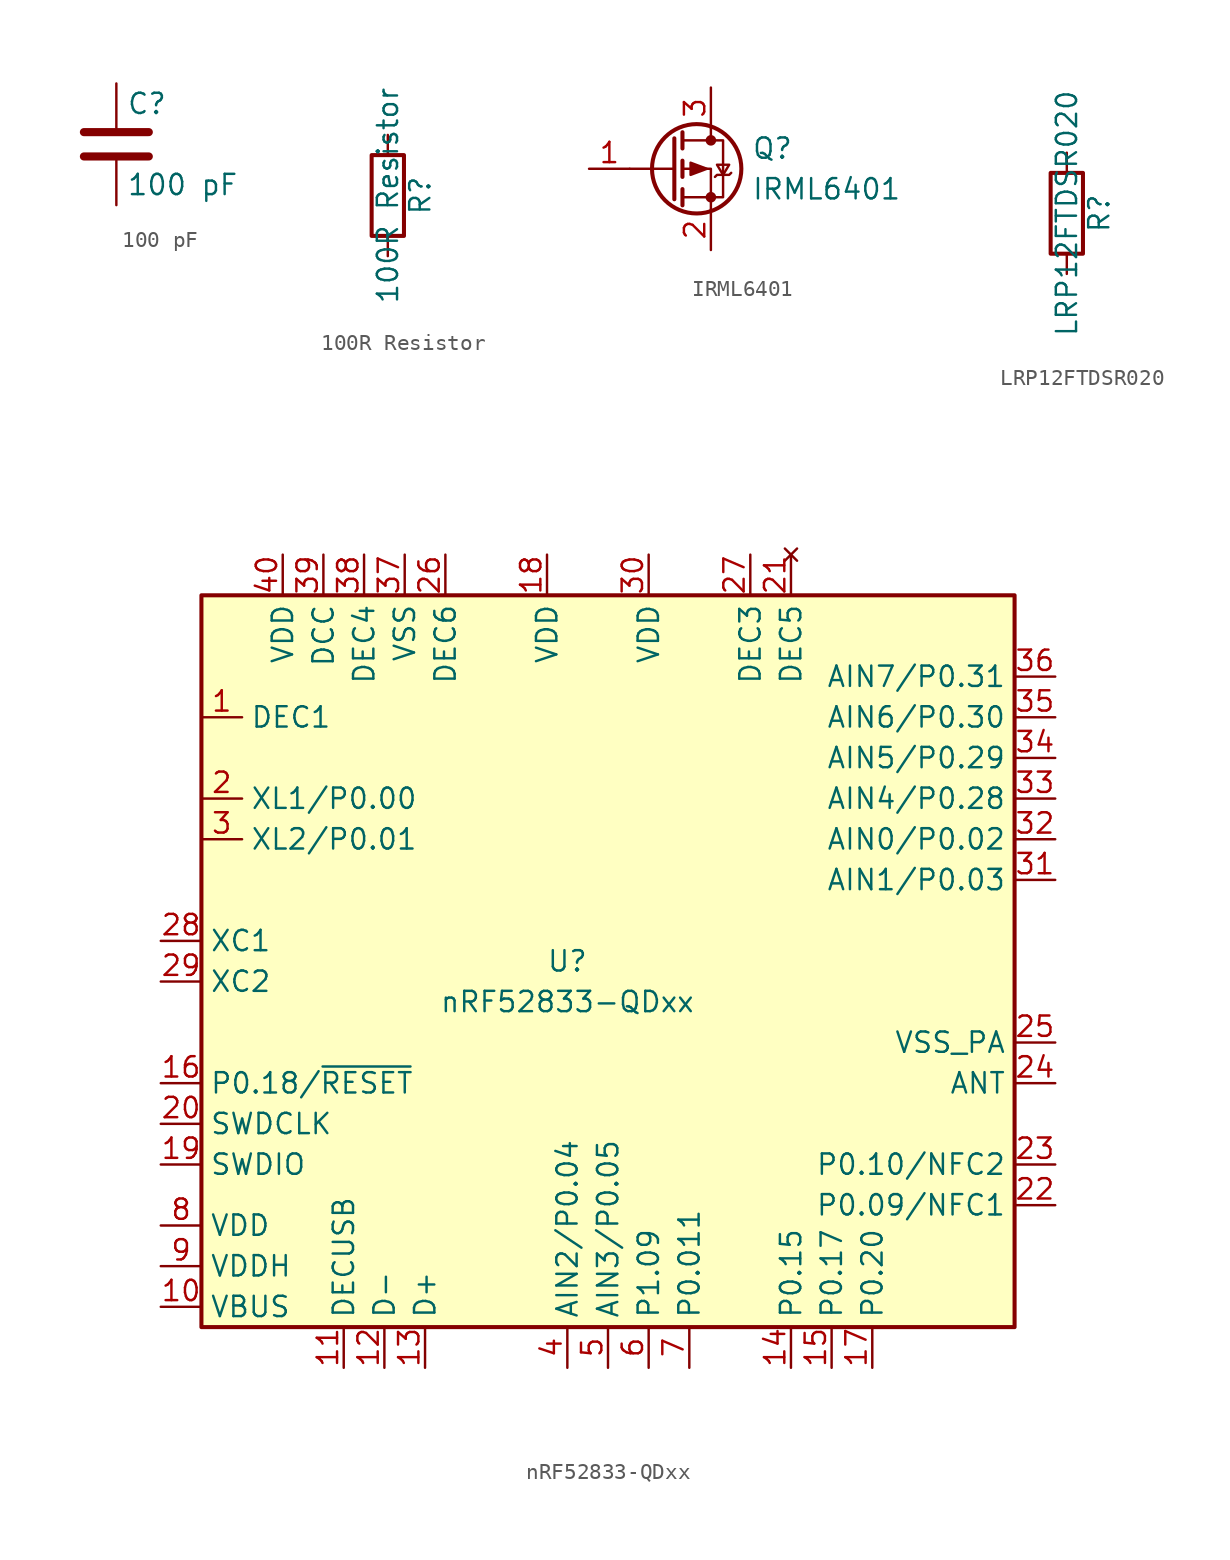
<source format=kicad_sym>
(kicad_symbol_lib
  (version 20231120)
  (generator "kicad_symbol_editor")
  (generator_version "8.0")
  (symbol "100 pF"
    (pin_numbers hide)
    (pin_names
      (offset 0.254))
    (property "Reference" "C"
      (at 0.635 2.54 0)
      (effects (font (size 1.27 1.27)) (justify left)))
    (property "Value" "100 pF"
      (at 0.635 -2.54 0)
      (effects (font (size 1.27 1.27)) (justify left)))
    (symbol "100 pF_0_1"
      (polyline (pts (xy -2.032 -0.762) (xy 2.032 -0.762)) (stroke (width 0.508) (type default)) (fill (type none)))
      (polyline (pts (xy -2.032 0.762) (xy 2.032 0.762)) (stroke (width 0.508) (type default)) (fill (type none))))
    (symbol "100 pF_1_1"
      (pin passive line (at 0 3.81 270) (length 2.794) (name "~" (effects (font (size 1.27 1.27)))) (number "1" (effects (font (size 1.27 1.27)))))
      (pin passive line (at 0 -3.81 90) (length 2.794) (name "~" (effects (font (size 1.27 1.27)))) (number "2" (effects (font (size 1.27 1.27)))))))
  (symbol "100R Resistor"
    (pin_numbers hide)
    (pin_names
      (offset 0))
    (property "Reference" "R"
      (at 2.032 0 90)
      (effects (font (size 1.27 1.27))))
    (property "Value" "100R Resistor"
      (at 0 0 90)
      (effects (font (size 1.27 1.27))))
    (symbol "100R Resistor_0_1"
      (rectangle (start -1.016 -2.54) (end 1.016 2.54) (stroke (width 0.254) (type default)) (fill (type none))))
    (symbol "100R Resistor_1_1"
      (pin passive line (at 0 3.81 270) (length 1.27) (name "~" (effects (font (size 1.27 1.27)))) (number "1" (effects (font (size 1.27 1.27)))))
      (pin passive line (at 0 -3.81 90) (length 1.27) (name "~" (effects (font (size 1.27 1.27)))) (number "2" (effects (font (size 1.27 1.27)))))))
  (symbol "IRML6401"
    (pin_names
      (offset 0) hide)
    (property "Reference" "Q"
      (at 5.08 1.27 0)
      (effects (font (size 1.27 1.27)) (justify left)))
    (property "Value" "IRML6401"
      (at 5.08 -1.27 0)
      (effects (font (size 1.27 1.27)) (justify left)))
    (symbol "IRML6401_0_1"
      (polyline (pts (xy 0.254 0) (xy -2.54 0)) (stroke (width 0) (type default)) (fill (type none)))
      (polyline (pts (xy 0.254 1.905) (xy 0.254 -1.905)) (stroke (width 0.254) (type default)) (fill (type none)))
      (polyline (pts (xy 0.762 -1.27) (xy 0.762 -2.286)) (stroke (width 0.254) (type default)) (fill (type none)))
      (polyline (pts (xy 0.762 0.508) (xy 0.762 -0.508)) (stroke (width 0.254) (type default)) (fill (type none)))
      (polyline (pts (xy 0.762 2.286) (xy 0.762 1.27)) (stroke (width 0.254) (type default)) (fill (type none)))
      (polyline (pts (xy 2.54 2.54) (xy 2.54 1.778)) (stroke (width 0) (type default)) (fill (type none)))
      (polyline (pts (xy 2.54 -2.54) (xy 2.54 0) (xy 0.762 0)) (stroke (width 0) (type default)) (fill (type none)))
      (polyline (pts (xy 0.762 1.778) (xy 3.302 1.778) (xy 3.302 -1.778) (xy 0.762 -1.778)) (stroke (width 0) (type default)) (fill (type none)))
      (polyline (pts (xy 2.286 0) (xy 1.27 0.381) (xy 1.27 -0.381) (xy 2.286 0)) (stroke (width 0) (type default)) (fill (type outline)))
      (polyline (pts (xy 2.794 -0.508) (xy 2.921 -0.381) (xy 3.683 -0.381) (xy 3.81 -0.254)) (stroke (width 0) (type default)) (fill (type none)))
      (polyline (pts (xy 3.302 -0.381) (xy 2.921 0.254) (xy 3.683 0.254) (xy 3.302 -0.381)) (stroke (width 0) (type default)) (fill (type none)))
      (circle (center 1.651 0) (radius 2.794) (stroke (width 0.254) (type default)) (fill (type none)))
      (circle (center 2.54 -1.778) (radius 0.254) (stroke (width 0) (type default)) (fill (type outline)))
      (circle (center 2.54 1.778) (radius 0.254) (stroke (width 0) (type default)) (fill (type outline))))
    (symbol "IRML6401_1_1"
      (pin input line (at -5.08 0 0) (length 2.54) (name "G" (effects (font (size 1.27 1.27)))) (number "1" (effects (font (size 1.27 1.27)))))
      (pin passive line (at 2.54 -5.08 90) (length 2.54) (name "S" (effects (font (size 1.27 1.27)))) (number "2" (effects (font (size 1.27 1.27)))))
      (pin passive line (at 2.54 5.08 270) (length 2.54) (name "D" (effects (font (size 1.27 1.27)))) (number "3" (effects (font (size 1.27 1.27)))))))
  (symbol "LRP12FTDSR020"
    (pin_numbers hide)
    (pin_names
      (offset 0))
    (property "Reference" "R"
      (at 2.032 0 90)
      (effects (font (size 1.27 1.27))))
    (property "Value" "LRP12FTDSR020"
      (at 0 0 90)
      (effects (font (size 1.27 1.27))))
    (symbol "LRP12FTDSR020_0_1"
      (rectangle (start -1.016 -2.54) (end 1.016 2.54) (stroke (width 0.254) (type default)) (fill (type none))))
    (symbol "LRP12FTDSR020_1_1"
      (pin passive line (at 0 3.81 270) (length 1.27) (name "~" (effects (font (size 1.27 1.27)))) (number "1" (effects (font (size 1.27 1.27)))))
      (pin passive line (at 0 -3.81 90) (length 1.27) (name "~" (effects (font (size 1.27 1.27)))) (number "2" (effects (font (size 1.27 1.27)))))))
  (symbol "nRF52833-QDxx"
    (property "Reference" "U"
      (at -2.54 0 0)
      (effects (font (size 1.27 1.27))))
    (property "Value" "nRF52833-QDxx"
      (at -2.54 -2.54 0)
      (effects (font (size 1.27 1.27))))
    (symbol "nRF52833-QDxx_0_1"
      (rectangle (start -25.4 22.86) (end 25.4 -22.86) (stroke (width 0.254) (type default)) (fill (type background))))
    (symbol "nRF52833-QDxx_1_1"
      (pin passive line (at -25.4 15.24 0) (length 2.54) (name "DEC1" (effects (font (size 1.27 1.27)))) (number "1" (effects (font (size 1.27 1.27)))))
      (pin power_in line (at -27.94 -21.59 0) (length 2.54) (name "VBUS" (effects (font (size 1.27 1.27)))) (number "10" (effects (font (size 1.27 1.27)))))
      (pin passive line (at -16.51 -25.4 90) (length 2.54) (name "DECUSB" (effects (font (size 1.27 1.27)))) (number "11" (effects (font (size 1.27 1.27)))))
      (pin bidirectional line (at -13.97 -25.4 90) (length 2.54) (name "D-" (effects (font (size 1.27 1.27)))) (number "12" (effects (font (size 1.27 1.27)))))
      (pin bidirectional line (at -11.43 -25.4 90) (length 2.54) (name "D+" (effects (font (size 1.27 1.27)))) (number "13" (effects (font (size 1.27 1.27)))))
      (pin bidirectional line (at 11.43 -25.4 90) (length 2.54) (name "P0.15" (effects (font (size 1.27 1.27)))) (number "14" (effects (font (size 1.27 1.27)))))
      (pin bidirectional line (at 13.97 -25.4 90) (length 2.54) (name "P0.17" (effects (font (size 1.27 1.27)))) (number "15" (effects (font (size 1.27 1.27)))))
      (pin bidirectional line (at -27.94 -7.62 0) (length 2.54) (name "P0.18/~{RESET}" (effects (font (size 1.27 1.27)))) (number "16" (effects (font (size 1.27 1.27)))))
      (pin bidirectional line (at 16.51 -25.4 90) (length 2.54) (name "P0.20" (effects (font (size 1.27 1.27)))) (number "17" (effects (font (size 1.27 1.27)))))
      (pin power_in line (at -3.81 25.4 270) (length 2.54) (name "VDD" (effects (font (size 1.27 1.27)))) (number "18" (effects (font (size 1.27 1.27)))))
      (pin bidirectional line (at -27.94 -12.7 0) (length 2.54) (name "SWDIO" (effects (font (size 1.27 1.27)))) (number "19" (effects (font (size 1.27 1.27)))))
      (pin input line (at -25.4 10.16 0) (length 2.54) (name "XL1/P0.00" (effects (font (size 1.27 1.27)))) (number "2" (effects (font (size 1.27 1.27)))))
      (pin input line (at -27.94 -10.16 0) (length 2.54) (name "SWDCLK" (effects (font (size 1.27 1.27)))) (number "20" (effects (font (size 1.27 1.27)))))
      (pin no_connect line (at 11.43 25.4 270) (length 2.54) (name "DEC5" (effects (font (size 1.27 1.27)))) (number "21" (effects (font (size 1.27 1.27)))))
      (pin bidirectional line (at 27.94 -15.24 180) (length 2.54) (name "P0.09/NFC1" (effects (font (size 1.27 1.27)))) (number "22" (effects (font (size 1.27 1.27)))))
      (pin bidirectional line (at 27.94 -12.7 180) (length 2.54) (name "P0.10/NFC2" (effects (font (size 1.27 1.27)))) (number "23" (effects (font (size 1.27 1.27)))))
      (pin passive line (at 27.94 -7.62 180) (length 2.54) (name "ANT" (effects (font (size 1.27 1.27)))) (number "24" (effects (font (size 1.27 1.27)))))
      (pin power_in line (at 27.94 -5.08 180) (length 2.54) (name "VSS_PA" (effects (font (size 1.27 1.27)))) (number "25" (effects (font (size 1.27 1.27)))))
      (pin passive line (at -10.16 25.4 270) (length 2.54) (name "DEC6" (effects (font (size 1.27 1.27)))) (number "26" (effects (font (size 1.27 1.27)))))
      (pin passive line (at 8.89 25.4 270) (length 2.54) (name "DEC3" (effects (font (size 1.27 1.27)))) (number "27" (effects (font (size 1.27 1.27)))))
      (pin input line (at -27.94 1.27 0) (length 2.54) (name "XC1" (effects (font (size 1.27 1.27)))) (number "28" (effects (font (size 1.27 1.27)))))
      (pin input line (at -27.94 -1.27 0) (length 2.54) (name "XC2" (effects (font (size 1.27 1.27)))) (number "29" (effects (font (size 1.27 1.27)))))
      (pin input line (at -25.4 7.62 0) (length 2.54) (name "XL2/P0.01" (effects (font (size 1.27 1.27)))) (number "3" (effects (font (size 1.27 1.27)))))
      (pin power_in line (at 2.54 25.4 270) (length 2.54) (name "VDD" (effects (font (size 1.27 1.27)))) (number "30" (effects (font (size 1.27 1.27)))))
      (pin bidirectional line (at 27.94 5.08 180) (length 2.54) (name "AIN1/P0.03" (effects (font (size 1.27 1.27)))) (number "31" (effects (font (size 1.27 1.27)))))
      (pin bidirectional line (at 27.94 7.62 180) (length 2.54) (name "AIN0/P0.02" (effects (font (size 1.27 1.27)))) (number "32" (effects (font (size 1.27 1.27)))))
      (pin bidirectional line (at 27.94 10.16 180) (length 2.54) (name "AIN4/P0.28" (effects (font (size 1.27 1.27)))) (number "33" (effects (font (size 1.27 1.27)))))
      (pin bidirectional line (at 27.94 12.7 180) (length 2.54) (name "AIN5/P0.29" (effects (font (size 1.27 1.27)))) (number "34" (effects (font (size 1.27 1.27)))))
      (pin bidirectional line (at 27.94 15.24 180) (length 2.54) (name "AIN6/P0.30" (effects (font (size 1.27 1.27)))) (number "35" (effects (font (size 1.27 1.27)))))
      (pin bidirectional line (at 27.94 17.78 180) (length 2.54) (name "AIN7/P0.31" (effects (font (size 1.27 1.27)))) (number "36" (effects (font (size 1.27 1.27)))))
      (pin power_in line (at -12.7 25.4 270) (length 2.54) (name "VSS" (effects (font (size 1.27 1.27)))) (number "37" (effects (font (size 1.27 1.27)))))
      (pin passive line (at -15.24 25.4 270) (length 2.54) (name "DEC4" (effects (font (size 1.27 1.27)))) (number "38" (effects (font (size 1.27 1.27)))))
      (pin power_out line (at -17.78 25.4 270) (length 2.54) (name "DCC" (effects (font (size 1.27 1.27)))) (number "39" (effects (font (size 1.27 1.27)))))
      (pin bidirectional line (at -2.54 -25.4 90) (length 2.54) (name "AIN2/P0.04" (effects (font (size 1.27 1.27)))) (number "4" (effects (font (size 1.27 1.27)))))
      (pin power_in line (at -20.32 25.4 270) (length 2.54) (name "VDD" (effects (font (size 1.27 1.27)))) (number "40" (effects (font (size 1.27 1.27)))))
      (pin passive line (at -22.86 25.4 270) (length 2.54) hide (name "VSS" (effects (font (size 1.27 1.27)))) (number "41" (effects (font (size 1.27 1.27)))))
      (pin bidirectional line (at 0 -25.4 90) (length 2.54) (name "AIN3/P0.05" (effects (font (size 1.27 1.27)))) (number "5" (effects (font (size 1.27 1.27)))))
      (pin bidirectional line (at 2.54 -25.4 90) (length 2.54) (name "P1.09" (effects (font (size 1.27 1.27)))) (number "6" (effects (font (size 1.27 1.27)))))
      (pin bidirectional line (at 5.08 -25.4 90) (length 2.54) (name "P0.011" (effects (font (size 1.27 1.27)))) (number "7" (effects (font (size 1.27 1.27)))))
      (pin power_in line (at -27.94 -16.51 0) (length 2.54) (name "VDD" (effects (font (size 1.27 1.27)))) (number "8" (effects (font (size 1.27 1.27)))))
      (pin power_in line (at -27.94 -19.05 0) (length 2.54) (name "VDDH" (effects (font (size 1.27 1.27)))) (number "9" (effects (font (size 1.27 1.27))))))))
</source>
